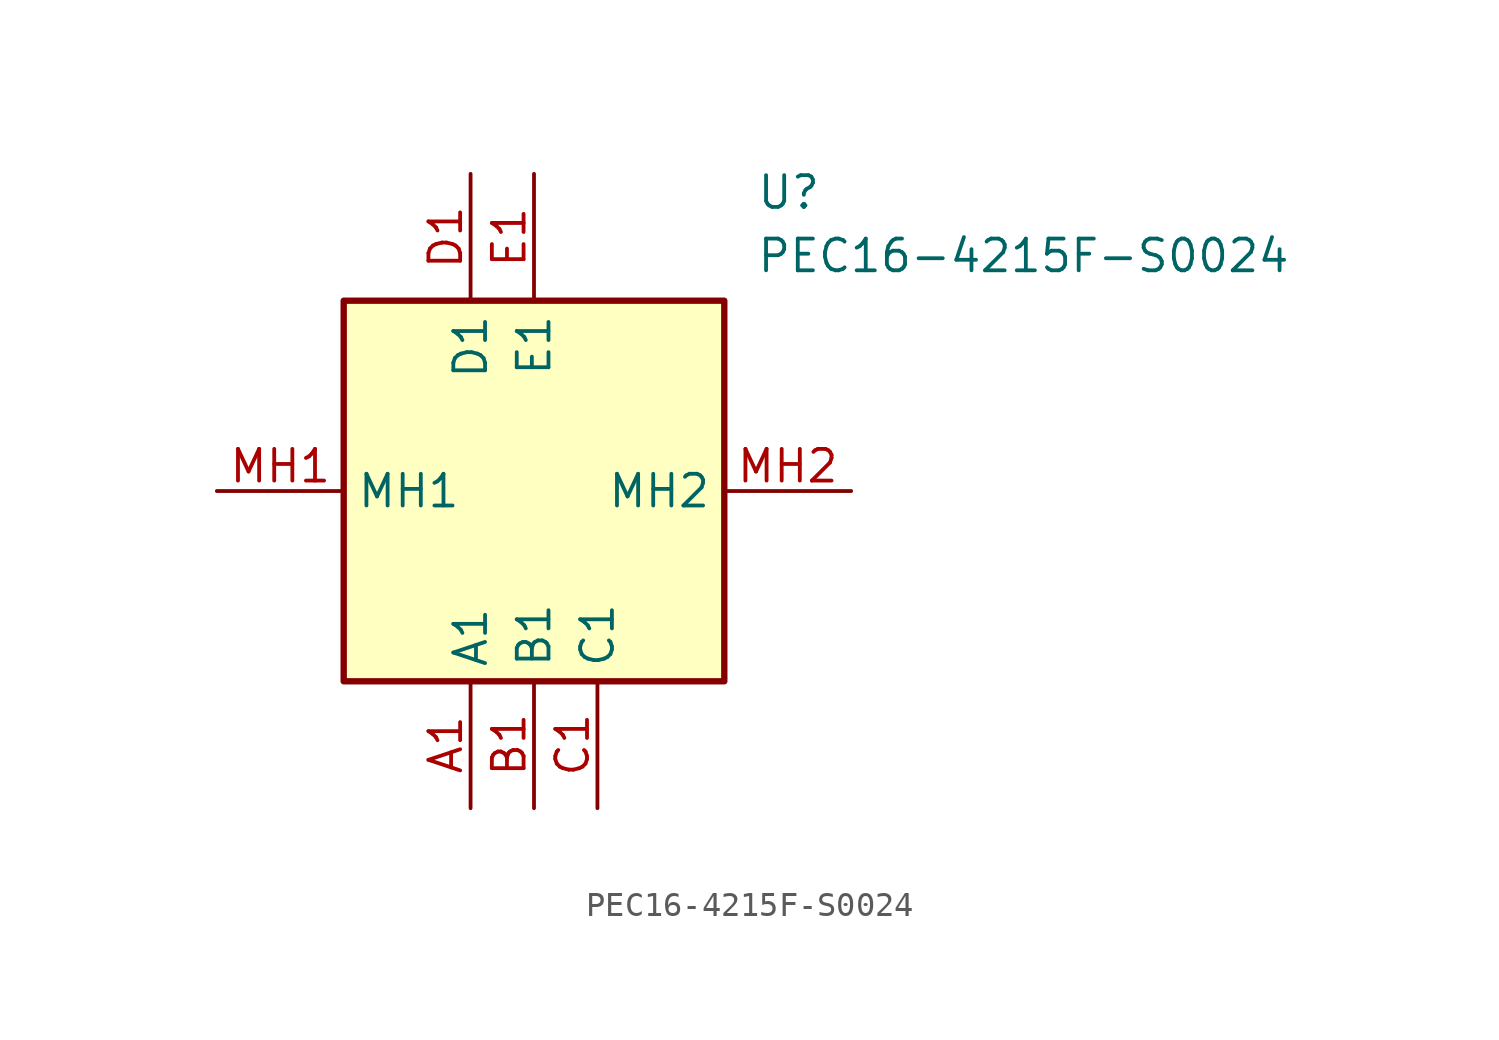
<source format=kicad_sym>
(kicad_symbol_lib
  (version 20211014)
  (generator SamacSys_ECAD_Model)
  (symbol "PEC16-4215F-S0024"
    (property "Reference" "U"
      (at 21.59 12.7 0)
      (effects (font (size 1.27 1.27)) (justify left top)))
    (property "Value" "PEC16-4215F-S0024"
      (at 21.59 10.16 0)
      (effects (font (size 1.27 1.27)) (justify left top)))
    (rectangle
      (start 5.08 7.62)
      (end 20.32 -7.62)
      (stroke (width 0.254) (type default))
      (fill (type background)))
    (pin passive line
      (at 10.16 -12.7 90)
      (length 5.08)
      (name "A1" (effects (font (size 1.27 1.27))))
      (number "A1" (effects (font (size 1.27 1.27)))))
    (pin passive line
      (at 12.7 -12.7 90)
      (length 5.08)
      (name "B1" (effects (font (size 1.27 1.27))))
      (number "B1" (effects (font (size 1.27 1.27)))))
    (pin passive line
      (at 15.24 -12.7 90)
      (length 5.08)
      (name "C1" (effects (font (size 1.27 1.27))))
      (number "C1" (effects (font (size 1.27 1.27)))))
    (pin passive line
      (at 10.16 12.7 270)
      (length 5.08)
      (name "D1" (effects (font (size 1.27 1.27))))
      (number "D1" (effects (font (size 1.27 1.27)))))
    (pin passive line
      (at 12.7 12.7 270)
      (length 5.08)
      (name "E1" (effects (font (size 1.27 1.27))))
      (number "E1" (effects (font (size 1.27 1.27)))))
    (pin passive line
      (at 0 0 0)
      (length 5.08)
      (name "MH1" (effects (font (size 1.27 1.27))))
      (number "MH1" (effects (font (size 1.27 1.27)))))
    (pin passive line
      (at 25.4 0 180)
      (length 5.08)
      (name "MH2" (effects (font (size 1.27 1.27))))
      (number "MH2" (effects (font (size 1.27 1.27)))))))
</source>
